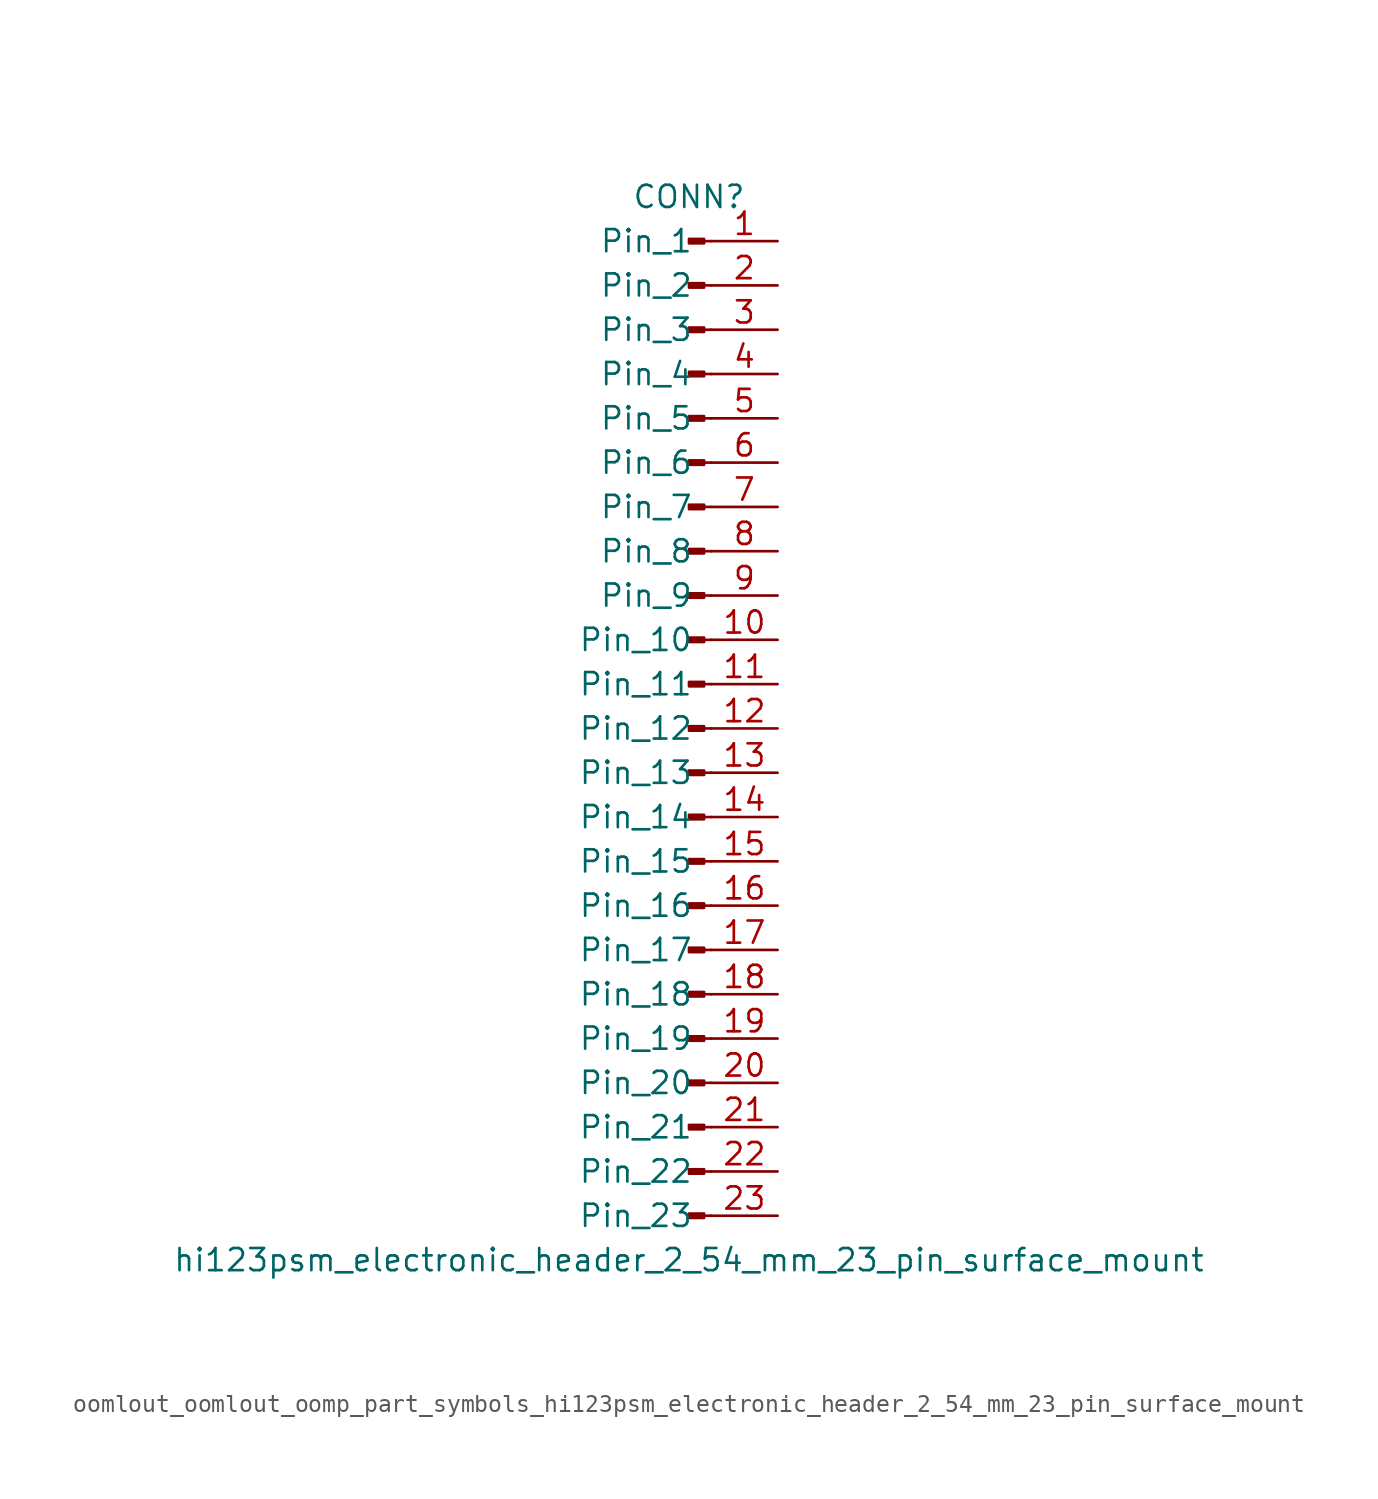
<source format=kicad_sym>
(kicad_symbol_lib
  (version 20220914)
  (generator kicad_symbol_editor)
  (symbol "oomlout_oomlout_oomp_part_symbols_hi123psm_electronic_header_2_54_mm_23_pin_surface_mount"
    (pin_names
      (offset 1.016))
    (property "Reference" "CONN"
      (at 0 30.48 0)
      (effects (font (size 1.27 1.27))))
    (property "Value" "hi123psm_electronic_header_2_54_mm_23_pin_surface_mount"
      (at 0 -30.48 0)
      (effects (font (size 1.27 1.27))))
    (property "ki_locked" ""
      (at 0 0 0)
      (effects (font (size 1.27 1.27))))
    (symbol "oomlout_oomlout_oomp_part_symbols_hi123psm_electronic_header_2_54_mm_23_pin_surface_mount_1_1"
      (polyline (pts (xy 1.27 -27.94) (xy 0.864 -27.94)) (stroke (width 0.152) (type default)) (fill (type none)))
      (polyline (pts (xy 1.27 -25.4) (xy 0.864 -25.4)) (stroke (width 0.152) (type default)) (fill (type none)))
      (polyline (pts (xy 1.27 -22.86) (xy 0.864 -22.86)) (stroke (width 0.152) (type default)) (fill (type none)))
      (polyline (pts (xy 1.27 -20.32) (xy 0.864 -20.32)) (stroke (width 0.152) (type default)) (fill (type none)))
      (polyline (pts (xy 1.27 -17.78) (xy 0.864 -17.78)) (stroke (width 0.152) (type default)) (fill (type none)))
      (polyline (pts (xy 1.27 -15.24) (xy 0.864 -15.24)) (stroke (width 0.152) (type default)) (fill (type none)))
      (polyline (pts (xy 1.27 -12.7) (xy 0.864 -12.7)) (stroke (width 0.152) (type default)) (fill (type none)))
      (polyline (pts (xy 1.27 -10.16) (xy 0.864 -10.16)) (stroke (width 0.152) (type default)) (fill (type none)))
      (polyline (pts (xy 1.27 -7.62) (xy 0.864 -7.62)) (stroke (width 0.152) (type default)) (fill (type none)))
      (polyline (pts (xy 1.27 -5.08) (xy 0.864 -5.08)) (stroke (width 0.152) (type default)) (fill (type none)))
      (polyline (pts (xy 1.27 -2.54) (xy 0.864 -2.54)) (stroke (width 0.152) (type default)) (fill (type none)))
      (polyline (pts (xy 1.27 0) (xy 0.864 0)) (stroke (width 0.152) (type default)) (fill (type none)))
      (polyline (pts (xy 1.27 2.54) (xy 0.864 2.54)) (stroke (width 0.152) (type default)) (fill (type none)))
      (polyline (pts (xy 1.27 5.08) (xy 0.864 5.08)) (stroke (width 0.152) (type default)) (fill (type none)))
      (polyline (pts (xy 1.27 7.62) (xy 0.864 7.62)) (stroke (width 0.152) (type default)) (fill (type none)))
      (polyline (pts (xy 1.27 10.16) (xy 0.864 10.16)) (stroke (width 0.152) (type default)) (fill (type none)))
      (polyline (pts (xy 1.27 12.7) (xy 0.864 12.7)) (stroke (width 0.152) (type default)) (fill (type none)))
      (polyline (pts (xy 1.27 15.24) (xy 0.864 15.24)) (stroke (width 0.152) (type default)) (fill (type none)))
      (polyline (pts (xy 1.27 17.78) (xy 0.864 17.78)) (stroke (width 0.152) (type default)) (fill (type none)))
      (polyline (pts (xy 1.27 20.32) (xy 0.864 20.32)) (stroke (width 0.152) (type default)) (fill (type none)))
      (polyline (pts (xy 1.27 22.86) (xy 0.864 22.86)) (stroke (width 0.152) (type default)) (fill (type none)))
      (polyline (pts (xy 1.27 25.4) (xy 0.864 25.4)) (stroke (width 0.152) (type default)) (fill (type none)))
      (polyline (pts (xy 1.27 27.94) (xy 0.864 27.94)) (stroke (width 0.152) (type default)) (fill (type none)))
      (rectangle (start 0.864 -27.813) (end 0 -28.067) (stroke (width 0.152) (type default)) (fill (type outline)))
      (rectangle (start 0.864 -25.273) (end 0 -25.527) (stroke (width 0.152) (type default)) (fill (type outline)))
      (rectangle (start 0.864 -22.733) (end 0 -22.987) (stroke (width 0.152) (type default)) (fill (type outline)))
      (rectangle (start 0.864 -20.193) (end 0 -20.447) (stroke (width 0.152) (type default)) (fill (type outline)))
      (rectangle (start 0.864 -17.653) (end 0 -17.907) (stroke (width 0.152) (type default)) (fill (type outline)))
      (rectangle (start 0.864 -15.113) (end 0 -15.367) (stroke (width 0.152) (type default)) (fill (type outline)))
      (rectangle (start 0.864 -12.573) (end 0 -12.827) (stroke (width 0.152) (type default)) (fill (type outline)))
      (rectangle (start 0.864 -10.033) (end 0 -10.287) (stroke (width 0.152) (type default)) (fill (type outline)))
      (rectangle (start 0.864 -7.493) (end 0 -7.747) (stroke (width 0.152) (type default)) (fill (type outline)))
      (rectangle (start 0.864 -4.953) (end 0 -5.207) (stroke (width 0.152) (type default)) (fill (type outline)))
      (rectangle (start 0.864 -2.413) (end 0 -2.667) (stroke (width 0.152) (type default)) (fill (type outline)))
      (rectangle (start 0.864 0.127) (end 0 -0.127) (stroke (width 0.152) (type default)) (fill (type outline)))
      (rectangle (start 0.864 2.667) (end 0 2.413) (stroke (width 0.152) (type default)) (fill (type outline)))
      (rectangle (start 0.864 5.207) (end 0 4.953) (stroke (width 0.152) (type default)) (fill (type outline)))
      (rectangle (start 0.864 7.747) (end 0 7.493) (stroke (width 0.152) (type default)) (fill (type outline)))
      (rectangle (start 0.864 10.287) (end 0 10.033) (stroke (width 0.152) (type default)) (fill (type outline)))
      (rectangle (start 0.864 12.827) (end 0 12.573) (stroke (width 0.152) (type default)) (fill (type outline)))
      (rectangle (start 0.864 15.367) (end 0 15.113) (stroke (width 0.152) (type default)) (fill (type outline)))
      (rectangle (start 0.864 17.907) (end 0 17.653) (stroke (width 0.152) (type default)) (fill (type outline)))
      (rectangle (start 0.864 20.447) (end 0 20.193) (stroke (width 0.152) (type default)) (fill (type outline)))
      (rectangle (start 0.864 22.987) (end 0 22.733) (stroke (width 0.152) (type default)) (fill (type outline)))
      (rectangle (start 0.864 25.527) (end 0 25.273) (stroke (width 0.152) (type default)) (fill (type outline)))
      (rectangle (start 0.864 28.067) (end 0 27.813) (stroke (width 0.152) (type default)) (fill (type outline)))
      (pin passive line (at 5.08 27.94 180) (length 3.81) (name "Pin_1" (effects (font (size 1.27 1.27)))) (number "1" (effects (font (size 1.27 1.27)))))
      (pin passive line (at 5.08 5.08 180) (length 3.81) (name "Pin_10" (effects (font (size 1.27 1.27)))) (number "10" (effects (font (size 1.27 1.27)))))
      (pin passive line (at 5.08 2.54 180) (length 3.81) (name "Pin_11" (effects (font (size 1.27 1.27)))) (number "11" (effects (font (size 1.27 1.27)))))
      (pin passive line (at 5.08 0 180) (length 3.81) (name "Pin_12" (effects (font (size 1.27 1.27)))) (number "12" (effects (font (size 1.27 1.27)))))
      (pin passive line (at 5.08 -2.54 180) (length 3.81) (name "Pin_13" (effects (font (size 1.27 1.27)))) (number "13" (effects (font (size 1.27 1.27)))))
      (pin passive line (at 5.08 -5.08 180) (length 3.81) (name "Pin_14" (effects (font (size 1.27 1.27)))) (number "14" (effects (font (size 1.27 1.27)))))
      (pin passive line (at 5.08 -7.62 180) (length 3.81) (name "Pin_15" (effects (font (size 1.27 1.27)))) (number "15" (effects (font (size 1.27 1.27)))))
      (pin passive line (at 5.08 -10.16 180) (length 3.81) (name "Pin_16" (effects (font (size 1.27 1.27)))) (number "16" (effects (font (size 1.27 1.27)))))
      (pin passive line (at 5.08 -12.7 180) (length 3.81) (name "Pin_17" (effects (font (size 1.27 1.27)))) (number "17" (effects (font (size 1.27 1.27)))))
      (pin passive line (at 5.08 -15.24 180) (length 3.81) (name "Pin_18" (effects (font (size 1.27 1.27)))) (number "18" (effects (font (size 1.27 1.27)))))
      (pin passive line (at 5.08 -17.78 180) (length 3.81) (name "Pin_19" (effects (font (size 1.27 1.27)))) (number "19" (effects (font (size 1.27 1.27)))))
      (pin passive line (at 5.08 25.4 180) (length 3.81) (name "Pin_2" (effects (font (size 1.27 1.27)))) (number "2" (effects (font (size 1.27 1.27)))))
      (pin passive line (at 5.08 -20.32 180) (length 3.81) (name "Pin_20" (effects (font (size 1.27 1.27)))) (number "20" (effects (font (size 1.27 1.27)))))
      (pin passive line (at 5.08 -22.86 180) (length 3.81) (name "Pin_21" (effects (font (size 1.27 1.27)))) (number "21" (effects (font (size 1.27 1.27)))))
      (pin passive line (at 5.08 -25.4 180) (length 3.81) (name "Pin_22" (effects (font (size 1.27 1.27)))) (number "22" (effects (font (size 1.27 1.27)))))
      (pin passive line (at 5.08 -27.94 180) (length 3.81) (name "Pin_23" (effects (font (size 1.27 1.27)))) (number "23" (effects (font (size 1.27 1.27)))))
      (pin passive line (at 5.08 22.86 180) (length 3.81) (name "Pin_3" (effects (font (size 1.27 1.27)))) (number "3" (effects (font (size 1.27 1.27)))))
      (pin passive line (at 5.08 20.32 180) (length 3.81) (name "Pin_4" (effects (font (size 1.27 1.27)))) (number "4" (effects (font (size 1.27 1.27)))))
      (pin passive line (at 5.08 17.78 180) (length 3.81) (name "Pin_5" (effects (font (size 1.27 1.27)))) (number "5" (effects (font (size 1.27 1.27)))))
      (pin passive line (at 5.08 15.24 180) (length 3.81) (name "Pin_6" (effects (font (size 1.27 1.27)))) (number "6" (effects (font (size 1.27 1.27)))))
      (pin passive line (at 5.08 12.7 180) (length 3.81) (name "Pin_7" (effects (font (size 1.27 1.27)))) (number "7" (effects (font (size 1.27 1.27)))))
      (pin passive line (at 5.08 10.16 180) (length 3.81) (name "Pin_8" (effects (font (size 1.27 1.27)))) (number "8" (effects (font (size 1.27 1.27)))))
      (pin passive line (at 5.08 7.62 180) (length 3.81) (name "Pin_9" (effects (font (size 1.27 1.27)))) (number "9" (effects (font (size 1.27 1.27))))))))
</source>
